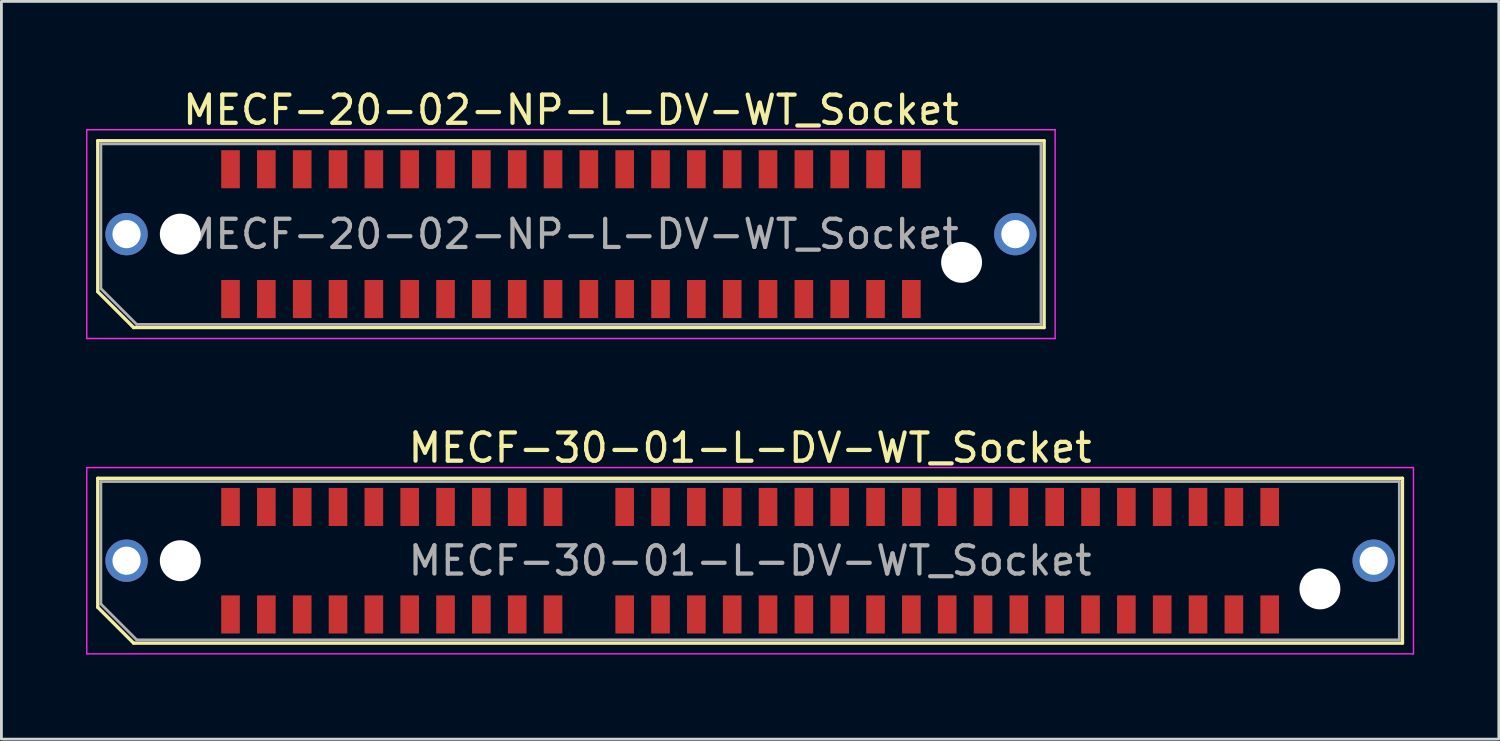
<source format=kicad_pcb>
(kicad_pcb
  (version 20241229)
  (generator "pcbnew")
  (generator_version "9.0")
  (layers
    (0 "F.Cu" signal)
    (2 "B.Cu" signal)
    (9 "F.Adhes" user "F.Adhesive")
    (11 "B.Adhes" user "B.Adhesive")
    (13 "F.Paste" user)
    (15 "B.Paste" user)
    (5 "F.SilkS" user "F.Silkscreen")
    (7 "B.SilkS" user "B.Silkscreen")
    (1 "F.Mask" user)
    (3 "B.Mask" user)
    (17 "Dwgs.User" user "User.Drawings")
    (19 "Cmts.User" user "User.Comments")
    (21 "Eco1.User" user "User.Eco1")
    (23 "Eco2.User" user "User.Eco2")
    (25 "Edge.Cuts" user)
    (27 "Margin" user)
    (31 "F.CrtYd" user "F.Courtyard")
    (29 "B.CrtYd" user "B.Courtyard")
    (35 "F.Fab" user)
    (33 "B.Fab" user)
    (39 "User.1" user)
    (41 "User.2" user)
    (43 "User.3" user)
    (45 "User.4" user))
  (footprint "MECF-20-02-NP-L-DV-WT_Socket"
    (layer "F.Cu")
    (at 17.185 5.248)
    (property "Reference" "MECF-20-02-NP-L-DV-WT_Socket" (at 0 -4.4 0) (layer "F.SilkS") (effects (font (size 1 1) (thickness 0.15))))
    (attr smd)
    (fp_line (start -16.77 -3.31) (end 16.77 -3.31) (stroke (width 0.12) (type solid)) (layer "F.SilkS"))
    (fp_line (start -16.77 2.04) (end -16.77 -3.31) (stroke (width 0.12) (type solid)) (layer "F.SilkS"))
    (fp_line (start -15.5 3.31) (end -16.77 2.04) (stroke (width 0.12) (type solid)) (layer "F.SilkS"))
    (fp_line (start -15.5 3.31) (end 16.77 3.31) (stroke (width 0.12) (type solid)) (layer "F.SilkS"))
    (fp_line (start 16.77 3.31) (end 16.77 -3.31) (stroke (width 0.12) (type solid)) (layer "F.SilkS"))
    (fp_line (start -17.16 -3.7) (end -17.16 3.7) (stroke (width 0.05) (type solid)) (layer "F.CrtYd"))
    (fp_line (start -17.16 3.7) (end 17.16 3.7) (stroke (width 0.05) (type solid)) (layer "F.CrtYd"))
    (fp_line (start 17.16 -3.7) (end -17.16 -3.7) (stroke (width 0.05) (type solid)) (layer "F.CrtYd"))
    (fp_line (start 17.16 3.7) (end 17.16 -3.7) (stroke (width 0.05) (type solid)) (layer "F.CrtYd"))
    (fp_line (start -16.66 -3.2) (end 16.66 -3.2) (stroke (width 0.1) (type solid)) (layer "F.Fab"))
    (fp_line (start -16.66 1.93) (end -16.66 -3.2) (stroke (width 0.1) (type solid)) (layer "F.Fab"))
    (fp_line (start -16.66 1.93) (end -15.39 3.2) (stroke (width 0.1) (type solid)) (layer "F.Fab"))
    (fp_line (start -15.39 3.2) (end 16.66 3.2) (stroke (width 0.1) (type solid)) (layer "F.Fab"))
    (fp_line (start 16.66 3.2) (end 16.66 -3.2) (stroke (width 0.1) (type solid)) (layer "F.Fab"))
    (fp_text user "${REFERENCE}" (at 0 0 0) (layer "F.Fab") (effects (font (size 1 1) (thickness 0.15))))
    (pad "" thru_hole circle (at -15.75 0) (size 1.5 1.5) (drill 1) (layers "*.Cu" "*.Mask"))
    (pad "" np_thru_hole circle (at -13.845 0) (size 1.45 1.45) (drill 1.45) (layers "*.Cu" "*.Mask"))
    (pad "" np_thru_hole circle (at 13.845 1) (size 1.45 1.45) (drill 1.45) (layers "*.Cu" "*.Mask"))
    (pad "" thru_hole circle (at 15.75 0) (size 1.5 1.5) (drill 1) (layers "*.Cu" "*.Mask"))
    (pad "1" smd rect (at -12.065 2.3) (size 0.66 1.35) (layers "F.Cu" "F.Mask" "F.Paste"))
    (pad "2" smd rect (at -12.065 -2.3) (size 0.66 1.35) (layers "F.Cu" "F.Mask" "F.Paste"))
    (pad "3" smd rect (at -10.795 2.3) (size 0.66 1.35) (layers "F.Cu" "F.Mask" "F.Paste"))
    (pad "4" smd rect (at -10.795 -2.3) (size 0.66 1.35) (layers "F.Cu" "F.Mask" "F.Paste"))
    (pad "5" smd rect (at -9.525 2.3) (size 0.66 1.35) (layers "F.Cu" "F.Mask" "F.Paste"))
    (pad "6" smd rect (at -9.525 -2.3) (size 0.66 1.35) (layers "F.Cu" "F.Mask" "F.Paste"))
    (pad "7" smd rect (at -8.255 2.3) (size 0.66 1.35) (layers "F.Cu" "F.Mask" "F.Paste"))
    (pad "8" smd rect (at -8.255 -2.3) (size 0.66 1.35) (layers "F.Cu" "F.Mask" "F.Paste"))
    (pad "9" smd rect (at -6.985 2.3) (size 0.66 1.35) (layers "F.Cu" "F.Mask" "F.Paste"))
    (pad "10" smd rect (at -6.985 -2.3) (size 0.66 1.35) (layers "F.Cu" "F.Mask" "F.Paste"))
    (pad "11" smd rect (at -5.715 2.3) (size 0.66 1.35) (layers "F.Cu" "F.Mask" "F.Paste"))
    (pad "12" smd rect (at -5.715 -2.3) (size 0.66 1.35) (layers "F.Cu" "F.Mask" "F.Paste"))
    (pad "13" smd rect (at -4.445 2.3) (size 0.66 1.35) (layers "F.Cu" "F.Mask" "F.Paste"))
    (pad "14" smd rect (at -4.445 -2.3) (size 0.66 1.35) (layers "F.Cu" "F.Mask" "F.Paste"))
    (pad "15" smd rect (at -3.175 2.3) (size 0.66 1.35) (layers "F.Cu" "F.Mask" "F.Paste"))
    (pad "16" smd rect (at -3.175 -2.3) (size 0.66 1.35) (layers "F.Cu" "F.Mask" "F.Paste"))
    (pad "17" smd rect (at -1.905 2.3) (size 0.66 1.35) (layers "F.Cu" "F.Mask" "F.Paste"))
    (pad "18" smd rect (at -1.905 -2.3) (size 0.66 1.35) (layers "F.Cu" "F.Mask" "F.Paste"))
    (pad "19" smd rect (at -0.635 2.3) (size 0.66 1.35) (layers "F.Cu" "F.Mask" "F.Paste"))
    (pad "20" smd rect (at -0.635 -2.3) (size 0.66 1.35) (layers "F.Cu" "F.Mask" "F.Paste"))
    (pad "21" smd rect (at 0.635 2.3) (size 0.66 1.35) (layers "F.Cu" "F.Mask" "F.Paste"))
    (pad "22" smd rect (at 0.635 -2.3) (size 0.66 1.35) (layers "F.Cu" "F.Mask" "F.Paste"))
    (pad "23" smd rect (at 1.905 2.3) (size 0.66 1.35) (layers "F.Cu" "F.Mask" "F.Paste"))
    (pad "24" smd rect (at 1.905 -2.3) (size 0.66 1.35) (layers "F.Cu" "F.Mask" "F.Paste"))
    (pad "25" smd rect (at 3.175 2.3) (size 0.66 1.35) (layers "F.Cu" "F.Mask" "F.Paste"))
    (pad "26" smd rect (at 3.175 -2.3) (size 0.66 1.35) (layers "F.Cu" "F.Mask" "F.Paste"))
    (pad "27" smd rect (at 4.445 2.3) (size 0.66 1.35) (layers "F.Cu" "F.Mask" "F.Paste"))
    (pad "28" smd rect (at 4.445 -2.3) (size 0.66 1.35) (layers "F.Cu" "F.Mask" "F.Paste"))
    (pad "29" smd rect (at 5.715 2.3) (size 0.66 1.35) (layers "F.Cu" "F.Mask" "F.Paste"))
    (pad "30" smd rect (at 5.715 -2.3) (size 0.66 1.35) (layers "F.Cu" "F.Mask" "F.Paste"))
    (pad "31" smd rect (at 6.985 2.3) (size 0.66 1.35) (layers "F.Cu" "F.Mask" "F.Paste"))
    (pad "32" smd rect (at 6.985 -2.3) (size 0.66 1.35) (layers "F.Cu" "F.Mask" "F.Paste"))
    (pad "33" smd rect (at 8.255 2.3) (size 0.66 1.35) (layers "F.Cu" "F.Mask" "F.Paste"))
    (pad "34" smd rect (at 8.255 -2.3) (size 0.66 1.35) (layers "F.Cu" "F.Mask" "F.Paste"))
    (pad "35" smd rect (at 9.525 2.3) (size 0.66 1.35) (layers "F.Cu" "F.Mask" "F.Paste"))
    (pad "36" smd rect (at 9.525 -2.3) (size 0.66 1.35) (layers "F.Cu" "F.Mask" "F.Paste"))
    (pad "37" smd rect (at 10.795 2.3) (size 0.66 1.35) (layers "F.Cu" "F.Mask" "F.Paste"))
    (pad "38" smd rect (at 10.795 -2.3) (size 0.66 1.35) (layers "F.Cu" "F.Mask" "F.Paste"))
    (pad "39" smd rect (at 12.065 2.3) (size 0.66 1.35) (layers "F.Cu" "F.Mask" "F.Paste"))
    (pad "40" smd rect (at 12.065 -2.3) (size 0.66 1.35) (layers "F.Cu" "F.Mask" "F.Paste")))
  (footprint "MECF-30-01-L-DV-WT_Socket"
    (layer "F.Cu")
    (at 23.535 16.822)
    (property "Reference" "MECF-30-01-L-DV-WT_Socket" (at 0 -4 0) (layer "F.SilkS") (effects (font (size 1 1) (thickness 0.15))))
    (attr smd)
    (fp_line (start -23.12 -2.92) (end 23.12 -2.92) (stroke (width 0.12) (type solid)) (layer "F.SilkS"))
    (fp_line (start -23.12 1.65) (end -23.12 -2.92) (stroke (width 0.12) (type solid)) (layer "F.SilkS"))
    (fp_line (start -21.85 2.92) (end -23.12 1.65) (stroke (width 0.12) (type solid)) (layer "F.SilkS"))
    (fp_line (start -21.85 2.92) (end 23.12 2.92) (stroke (width 0.12) (type solid)) (layer "F.SilkS"))
    (fp_line (start 23.12 2.92) (end 23.12 -2.92) (stroke (width 0.12) (type solid)) (layer "F.SilkS"))
    (fp_line (start -23.51 -3.3) (end -23.51 3.3) (stroke (width 0.05) (type solid)) (layer "F.CrtYd"))
    (fp_line (start -23.51 3.3) (end 23.51 3.3) (stroke (width 0.05) (type solid)) (layer "F.CrtYd"))
    (fp_line (start 23.51 -3.3) (end -23.51 -3.3) (stroke (width 0.05) (type solid)) (layer "F.CrtYd"))
    (fp_line (start 23.51 3.3) (end 23.51 -3.3) (stroke (width 0.05) (type solid)) (layer "F.CrtYd"))
    (fp_line (start -23.01 -2.805) (end 23.01 -2.805) (stroke (width 0.1) (type solid)) (layer "F.Fab"))
    (fp_line (start -23.01 1.535) (end -23.01 -2.805) (stroke (width 0.1) (type solid)) (layer "F.Fab"))
    (fp_line (start -23.01 1.535) (end -21.74 2.805) (stroke (width 0.1) (type solid)) (layer "F.Fab"))
    (fp_line (start -21.74 2.805) (end 23.01 2.805) (stroke (width 0.1) (type solid)) (layer "F.Fab"))
    (fp_line (start 23.01 2.805) (end 23.01 -2.805) (stroke (width 0.1) (type solid)) (layer "F.Fab"))
    (fp_text user "${REFERENCE}" (at 0 0 0) (layer "F.Fab") (effects (font (size 1 1) (thickness 0.15))))
    (pad "" thru_hole circle (at -22.1 0) (size 1.5 1.5) (drill 1) (layers "*.Cu" "*.Mask"))
    (pad "" np_thru_hole circle (at -20.195 0) (size 1.45 1.45) (drill 1.45) (layers "*.Cu" "*.Mask"))
    (pad "" np_thru_hole circle (at 20.195 1) (size 1.45 1.45) (drill 1.45) (layers "*.Cu" "*.Mask"))
    (pad "" thru_hole circle (at 22.1 0) (size 1.5 1.5) (drill 1) (layers "*.Cu" "*.Mask"))
    (pad "1" smd rect (at -18.415 1.905) (size 0.66 1.35) (layers "F.Cu" "F.Mask" "F.Paste"))
    (pad "2" smd rect (at -18.415 -1.905) (size 0.66 1.35) (layers "F.Cu" "F.Mask" "F.Paste"))
    (pad "3" smd rect (at -17.145 1.905) (size 0.66 1.35) (layers "F.Cu" "F.Mask" "F.Paste"))
    (pad "4" smd rect (at -17.145 -1.905) (size 0.66 1.35) (layers "F.Cu" "F.Mask" "F.Paste"))
    (pad "5" smd rect (at -15.875 1.905) (size 0.66 1.35) (layers "F.Cu" "F.Mask" "F.Paste"))
    (pad "6" smd rect (at -15.875 -1.905) (size 0.66 1.35) (layers "F.Cu" "F.Mask" "F.Paste"))
    (pad "7" smd rect (at -14.605 1.905) (size 0.66 1.35) (layers "F.Cu" "F.Mask" "F.Paste"))
    (pad "8" smd rect (at -14.605 -1.905) (size 0.66 1.35) (layers "F.Cu" "F.Mask" "F.Paste"))
    (pad "9" smd rect (at -13.335 1.905) (size 0.66 1.35) (layers "F.Cu" "F.Mask" "F.Paste"))
    (pad "10" smd rect (at -13.335 -1.905) (size 0.66 1.35) (layers "F.Cu" "F.Mask" "F.Paste"))
    (pad "11" smd rect (at -12.065 1.905) (size 0.66 1.35) (layers "F.Cu" "F.Mask" "F.Paste"))
    (pad "12" smd rect (at -12.065 -1.905) (size 0.66 1.35) (layers "F.Cu" "F.Mask" "F.Paste"))
    (pad "13" smd rect (at -10.795 1.905) (size 0.66 1.35) (layers "F.Cu" "F.Mask" "F.Paste"))
    (pad "14" smd rect (at -10.795 -1.905) (size 0.66 1.35) (layers "F.Cu" "F.Mask" "F.Paste"))
    (pad "15" smd rect (at -9.525 1.905) (size 0.66 1.35) (layers "F.Cu" "F.Mask" "F.Paste"))
    (pad "16" smd rect (at -9.525 -1.905) (size 0.66 1.35) (layers "F.Cu" "F.Mask" "F.Paste"))
    (pad "17" smd rect (at -8.255 1.905) (size 0.66 1.35) (layers "F.Cu" "F.Mask" "F.Paste"))
    (pad "18" smd rect (at -8.255 -1.905) (size 0.66 1.35) (layers "F.Cu" "F.Mask" "F.Paste"))
    (pad "19" smd rect (at -6.985 1.905) (size 0.66 1.35) (layers "F.Cu" "F.Mask" "F.Paste"))
    (pad "20" smd rect (at -6.985 -1.905) (size 0.66 1.35) (layers "F.Cu" "F.Mask" "F.Paste"))
    (pad "23" smd rect (at -4.445 1.905) (size 0.66 1.35) (layers "F.Cu" "F.Mask" "F.Paste"))
    (pad "24" smd rect (at -4.445 -1.905) (size 0.66 1.35) (layers "F.Cu" "F.Mask" "F.Paste"))
    (pad "25" smd rect (at -3.175 1.905) (size 0.66 1.35) (layers "F.Cu" "F.Mask" "F.Paste"))
    (pad "26" smd rect (at -3.175 -1.905) (size 0.66 1.35) (layers "F.Cu" "F.Mask" "F.Paste"))
    (pad "27" smd rect (at -1.905 1.905) (size 0.66 1.35) (layers "F.Cu" "F.Mask" "F.Paste"))
    (pad "28" smd rect (at -1.905 -1.905) (size 0.66 1.35) (layers "F.Cu" "F.Mask" "F.Paste"))
    (pad "29" smd rect (at -0.635 1.905) (size 0.66 1.35) (layers "F.Cu" "F.Mask" "F.Paste"))
    (pad "30" smd rect (at -0.635 -1.905) (size 0.66 1.35) (layers "F.Cu" "F.Mask" "F.Paste"))
    (pad "31" smd rect (at 0.635 1.905) (size 0.66 1.35) (layers "F.Cu" "F.Mask" "F.Paste"))
    (pad "32" smd rect (at 0.635 -1.905) (size 0.66 1.35) (layers "F.Cu" "F.Mask" "F.Paste"))
    (pad "33" smd rect (at 1.905 1.905) (size 0.66 1.35) (layers "F.Cu" "F.Mask" "F.Paste"))
    (pad "34" smd rect (at 1.905 -1.905) (size 0.66 1.35) (layers "F.Cu" "F.Mask" "F.Paste"))
    (pad "35" smd rect (at 3.175 1.905) (size 0.66 1.35) (layers "F.Cu" "F.Mask" "F.Paste"))
    (pad "36" smd rect (at 3.175 -1.905) (size 0.66 1.35) (layers "F.Cu" "F.Mask" "F.Paste"))
    (pad "37" smd rect (at 4.445 1.905) (size 0.66 1.35) (layers "F.Cu" "F.Mask" "F.Paste"))
    (pad "38" smd rect (at 4.445 -1.905) (size 0.66 1.35) (layers "F.Cu" "F.Mask" "F.Paste"))
    (pad "39" smd rect (at 5.715 1.905) (size 0.66 1.35) (layers "F.Cu" "F.Mask" "F.Paste"))
    (pad "40" smd rect (at 5.715 -1.905) (size 0.66 1.35) (layers "F.Cu" "F.Mask" "F.Paste"))
    (pad "41" smd rect (at 6.985 1.905) (size 0.66 1.35) (layers "F.Cu" "F.Mask" "F.Paste"))
    (pad "42" smd rect (at 6.985 -1.905) (size 0.66 1.35) (layers "F.Cu" "F.Mask" "F.Paste"))
    (pad "43" smd rect (at 8.255 1.905) (size 0.66 1.35) (layers "F.Cu" "F.Mask" "F.Paste"))
    (pad "44" smd rect (at 8.255 -1.905) (size 0.66 1.35) (layers "F.Cu" "F.Mask" "F.Paste"))
    (pad "45" smd rect (at 9.525 1.905) (size 0.66 1.35) (layers "F.Cu" "F.Mask" "F.Paste"))
    (pad "46" smd rect (at 9.525 -1.905) (size 0.66 1.35) (layers "F.Cu" "F.Mask" "F.Paste"))
    (pad "47" smd rect (at 10.795 1.905) (size 0.66 1.35) (layers "F.Cu" "F.Mask" "F.Paste"))
    (pad "48" smd rect (at 10.795 -1.905) (size 0.66 1.35) (layers "F.Cu" "F.Mask" "F.Paste"))
    (pad "49" smd rect (at 12.065 1.905) (size 0.66 1.35) (layers "F.Cu" "F.Mask" "F.Paste"))
    (pad "50" smd rect (at 12.065 -1.905) (size 0.66 1.35) (layers "F.Cu" "F.Mask" "F.Paste"))
    (pad "51" smd rect (at 13.335 1.905) (size 0.66 1.35) (layers "F.Cu" "F.Mask" "F.Paste"))
    (pad "52" smd rect (at 13.335 -1.905) (size 0.66 1.35) (layers "F.Cu" "F.Mask" "F.Paste"))
    (pad "53" smd rect (at 14.605 1.905) (size 0.66 1.35) (layers "F.Cu" "F.Mask" "F.Paste"))
    (pad "54" smd rect (at 14.605 -1.905) (size 0.66 1.35) (layers "F.Cu" "F.Mask" "F.Paste"))
    (pad "55" smd rect (at 15.875 1.905) (size 0.66 1.35) (layers "F.Cu" "F.Mask" "F.Paste"))
    (pad "56" smd rect (at 15.875 -1.905) (size 0.66 1.35) (layers "F.Cu" "F.Mask" "F.Paste"))
    (pad "57" smd rect (at 17.145 1.905) (size 0.66 1.35) (layers "F.Cu" "F.Mask" "F.Paste"))
    (pad "58" smd rect (at 17.145 -1.905) (size 0.66 1.35) (layers "F.Cu" "F.Mask" "F.Paste"))
    (pad "59" smd rect (at 18.415 1.905) (size 0.66 1.35) (layers "F.Cu" "F.Mask" "F.Paste"))
    (pad "60" smd rect (at 18.415 -1.905) (size 0.66 1.35) (layers "F.Cu" "F.Mask" "F.Paste")))
  (gr_rect
    (start -3 -3)
    (end 50.07 23.146)
    (stroke (width 0.1) (type default))
    (fill no)
    (layer "Edge.Cuts")))
</source>
